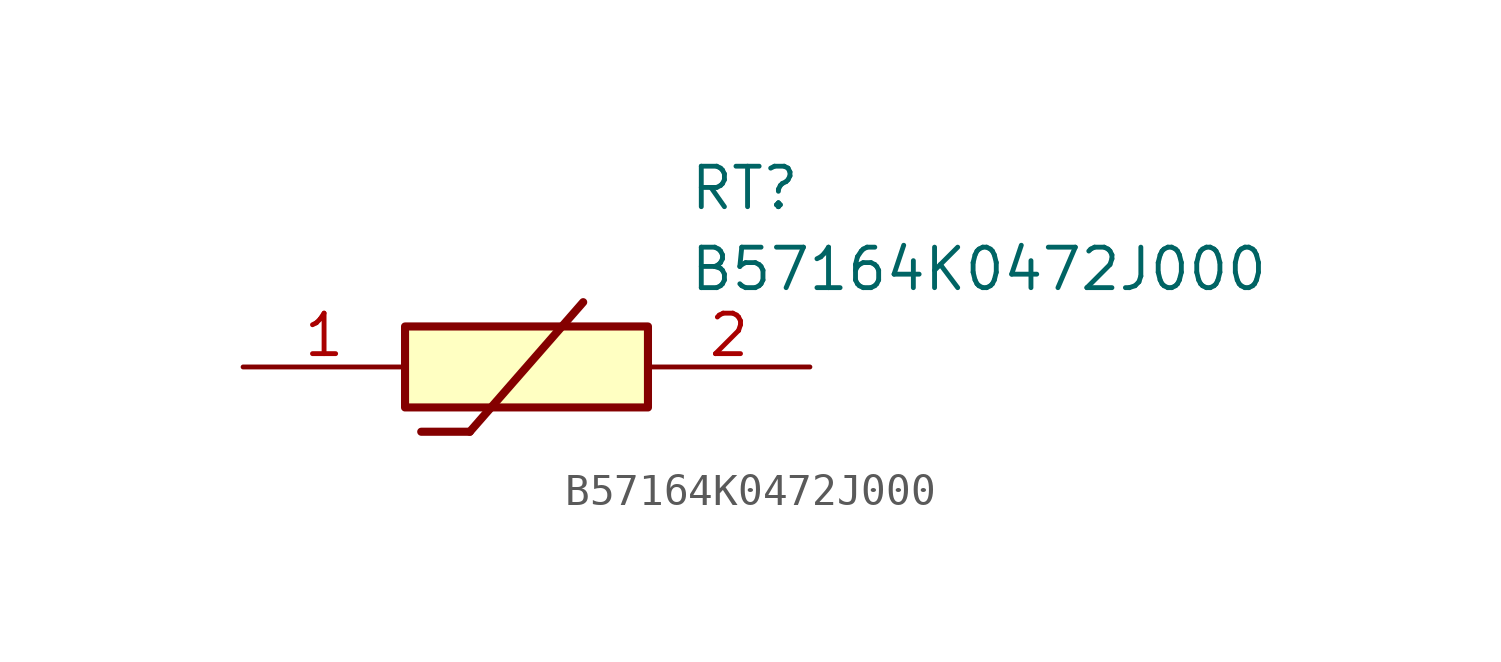
<source format=kicad_sym>
(kicad_symbol_lib
  (version 20211014)
  (generator SamacSys_ECAD_Model)
  (symbol "B57164K0472J000"
    (pin_names hide)
    (property "Reference" "RT"
      (at 13.97 6.35 0)
      (effects (font (size 1.27 1.27)) (justify left top)))
    (property "Value" "B57164K0472J000"
      (at 13.97 3.81 0)
      (effects (font (size 1.27 1.27)) (justify left top)))
    (rectangle
      (start 5.08 1.27)
      (end 12.7 -1.27)
      (stroke (width 0.254) (type default))
      (fill (type background)))
    (polyline
      (pts (xy 5.588 -2.032) (xy 7.112 -2.032))
      (stroke (width 0.254) (type default))
      (fill (type none)))
    (polyline
      (pts (xy 10.668 2.032) (xy 7.112 -2.032))
      (stroke (width 0.254) (type default))
      (fill (type none)))
    (pin passive line
      (at 0 0 0)
      (length 5.08)
      (name "1" (effects (font (size 1.27 1.27))))
      (number "1" (effects (font (size 1.27 1.27)))))
    (pin passive line
      (at 17.78 0 180)
      (length 5.08)
      (name "2" (effects (font (size 1.27 1.27))))
      (number "2" (effects (font (size 1.27 1.27)))))))
</source>
